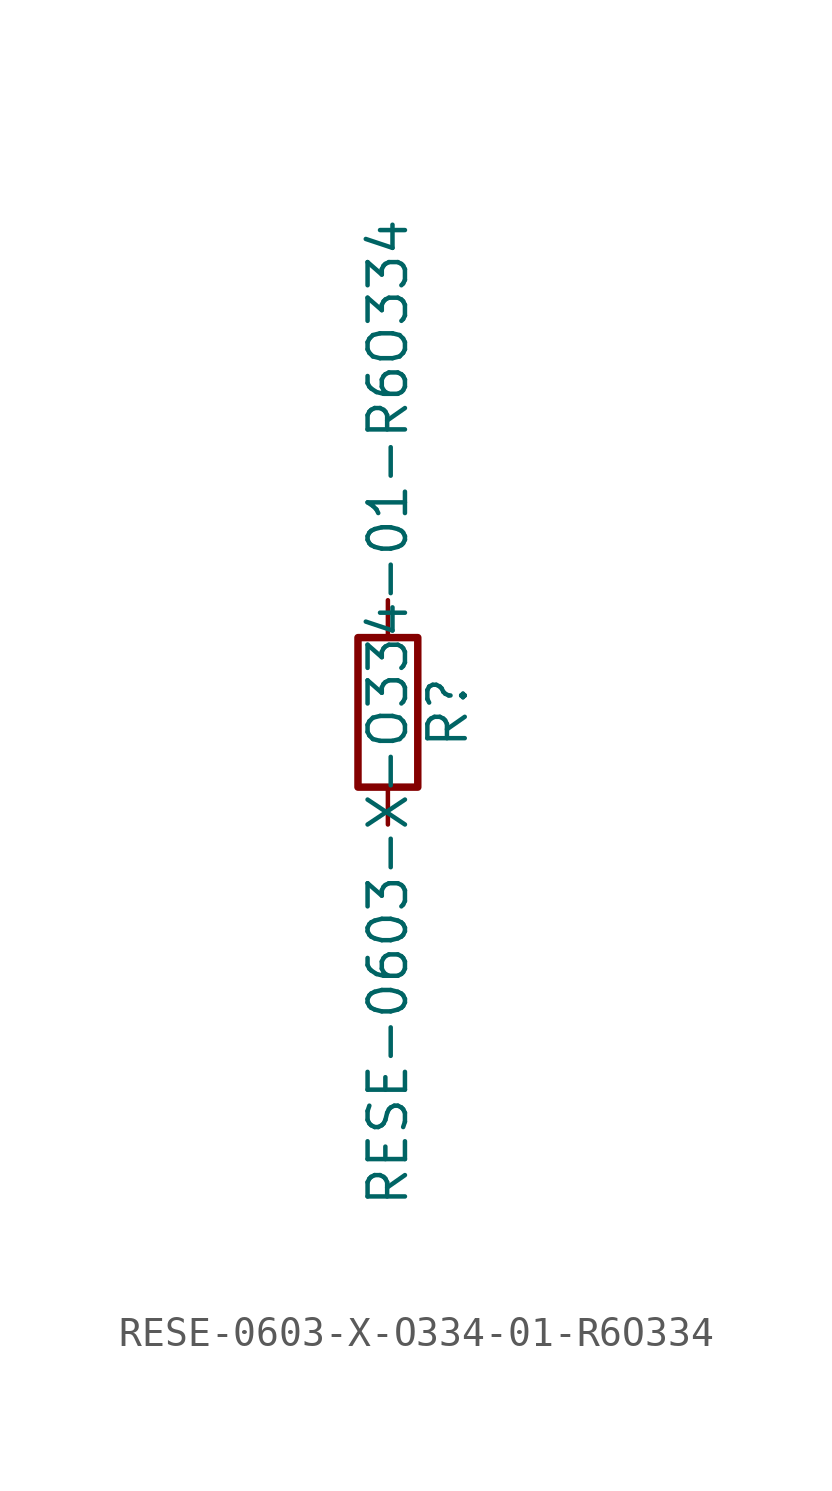
<source format=kicad_sym>
(kicad_symbol_lib
  (version 20211014)
  (generator kicad_symbol_editor)
  (symbol "RESE-0603-X-O334-01-R6O334"
    (pin_numbers hide)
    (pin_names
      (offset 0))
    (property "Reference" "R"
      (at 2.032 0 90)
      (effects (font (size 1.27 1.27))))
    (property "Value" "RESE-0603-X-O334-01-R6O334"
      (at 0 0 90)
      (effects (font (size 1.27 1.27))))
    (symbol "RESE-0603-X-O334-01-R6O334_0_1"
      (rectangle (start -1.016 -2.54) (end 1.016 2.54) (stroke (width 0.254) (type default) (color 0 0 0 0)) (fill (type none))))
    (symbol "RESE-0603-X-O334-01-R6O334_1_1"
      (pin passive line (at 0 3.81 270) (length 1.27) (name "~" (effects (font (size 1.27 1.27)))) (number "1" (effects (font (size 1.27 1.27)))))
      (pin passive line (at 0 -3.81 90) (length 1.27) (name "~" (effects (font (size 1.27 1.27)))) (number "2" (effects (font (size 1.27 1.27))))))))
</source>
